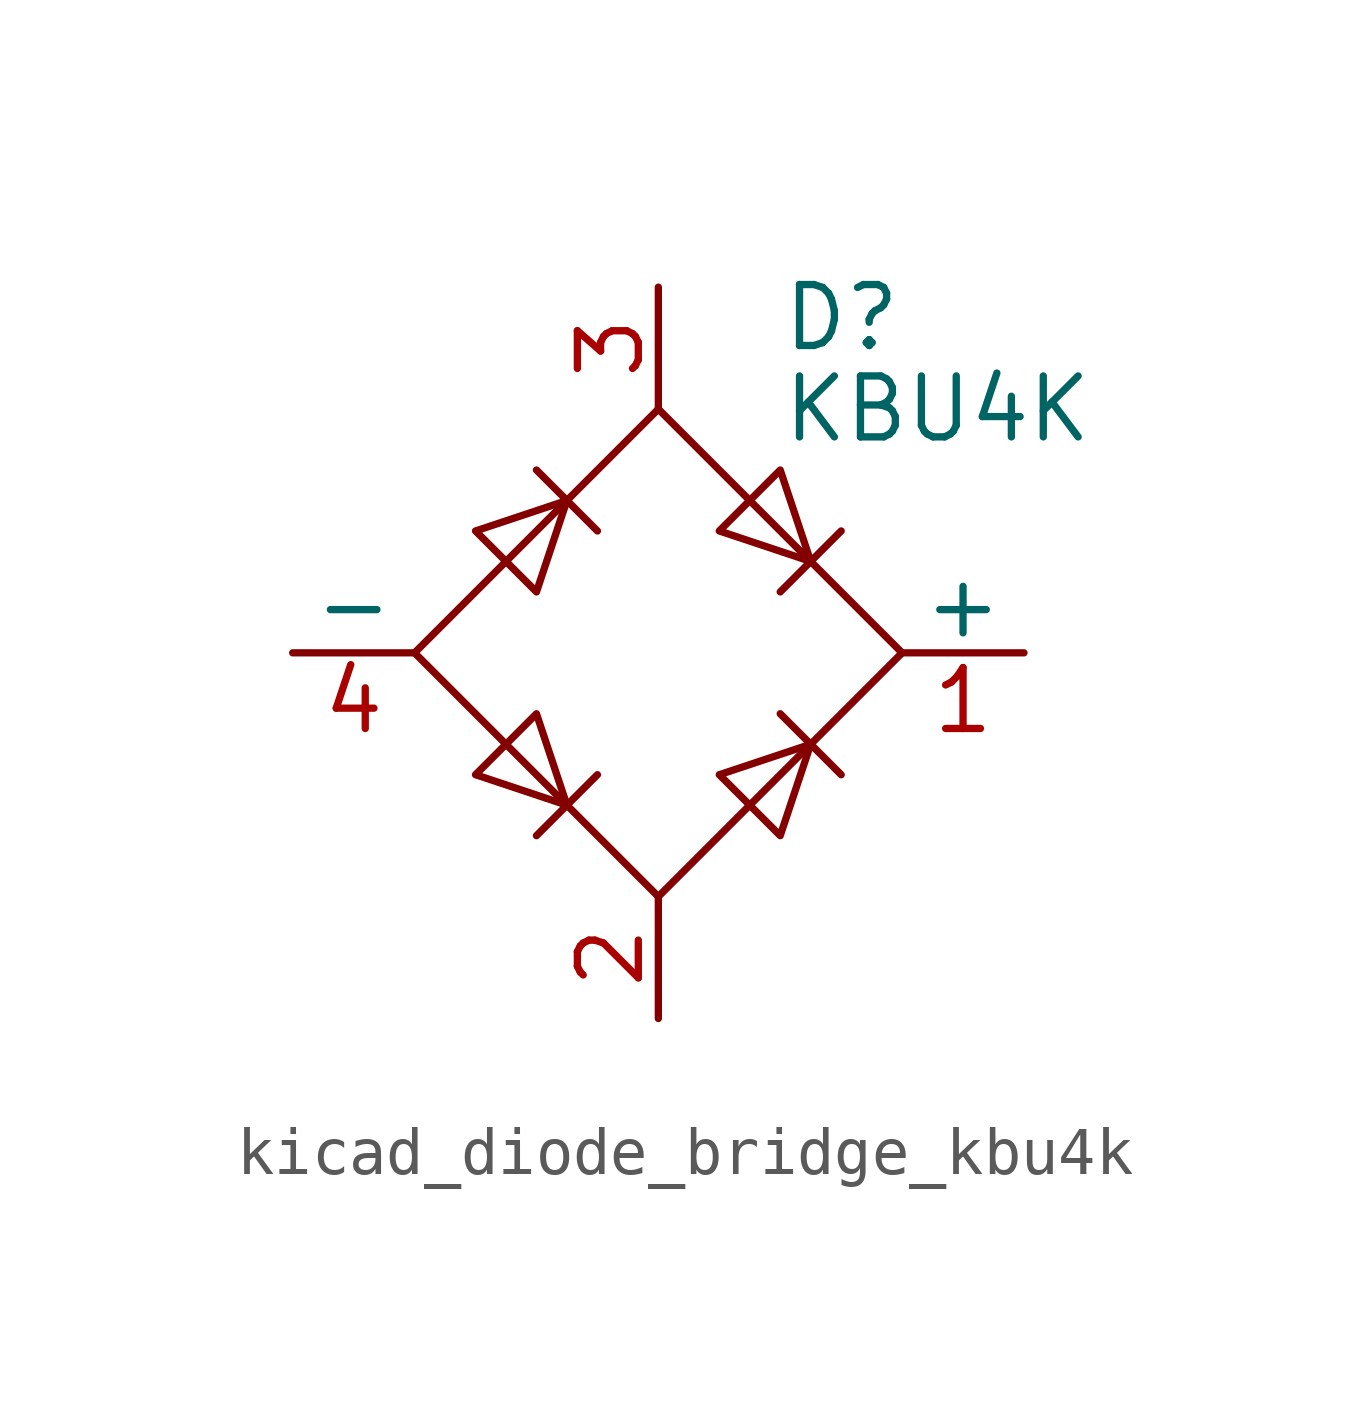
<source format=kicad_sym>
(kicad_symbol_lib
  (version 20220914)
  (generator kicad_symbol_editor)
  (symbol "kicad_diode_bridge_kbu4k"
    (pin_names
      (offset 0))
    (property "Reference" "D"
      (at 2.54 6.985 0)
      (effects (font (size 1.27 1.27)) (justify left)))
    (property "Value" "KBU4K"
      (at 2.54 5.08 0)
      (effects (font (size 1.27 1.27)) (justify left)))
    (symbol "kicad_diode_bridge_kbu4k_0_1"
      (polyline (pts (xy -2.54 3.81) (xy -1.27 2.54)) (stroke (width 0) (type default)) (fill (type none)))
      (polyline (pts (xy -1.27 -2.54) (xy -2.54 -3.81)) (stroke (width 0) (type default)) (fill (type none)))
      (polyline (pts (xy 2.54 -1.27) (xy 3.81 -2.54)) (stroke (width 0) (type default)) (fill (type none)))
      (polyline (pts (xy 2.54 1.27) (xy 3.81 2.54)) (stroke (width 0) (type default)) (fill (type none)))
      (polyline (pts (xy -3.81 2.54) (xy -2.54 1.27) (xy -1.905 3.175) (xy -3.81 2.54)) (stroke (width 0) (type default)) (fill (type none)))
      (polyline (pts (xy -2.54 -1.27) (xy -3.81 -2.54) (xy -1.905 -3.175) (xy -2.54 -1.27)) (stroke (width 0) (type default)) (fill (type none)))
      (polyline (pts (xy 1.27 2.54) (xy 2.54 3.81) (xy 3.175 1.905) (xy 1.27 2.54)) (stroke (width 0) (type default)) (fill (type none)))
      (polyline (pts (xy 3.175 -1.905) (xy 1.27 -2.54) (xy 2.54 -3.81) (xy 3.175 -1.905)) (stroke (width 0) (type default)) (fill (type none)))
      (polyline (pts (xy -5.08 0) (xy 0 -5.08) (xy 5.08 0) (xy 0 5.08) (xy -5.08 0)) (stroke (width 0) (type default)) (fill (type none))))
    (symbol "kicad_diode_bridge_kbu4k_1_1"
      (pin passive line (at 7.62 0 180) (length 2.54) (name "+" (effects (font (size 1.27 1.27)))) (number "1" (effects (font (size 1.27 1.27)))))
      (pin passive line (at 0 -7.62 90) (length 2.54) (name "~" (effects (font (size 1.27 1.27)))) (number "2" (effects (font (size 1.27 1.27)))))
      (pin passive line (at 0 7.62 270) (length 2.54) (name "~" (effects (font (size 1.27 1.27)))) (number "3" (effects (font (size 1.27 1.27)))))
      (pin passive line (at -7.62 0 0) (length 2.54) (name "-" (effects (font (size 1.27 1.27)))) (number "4" (effects (font (size 1.27 1.27))))))))
</source>
